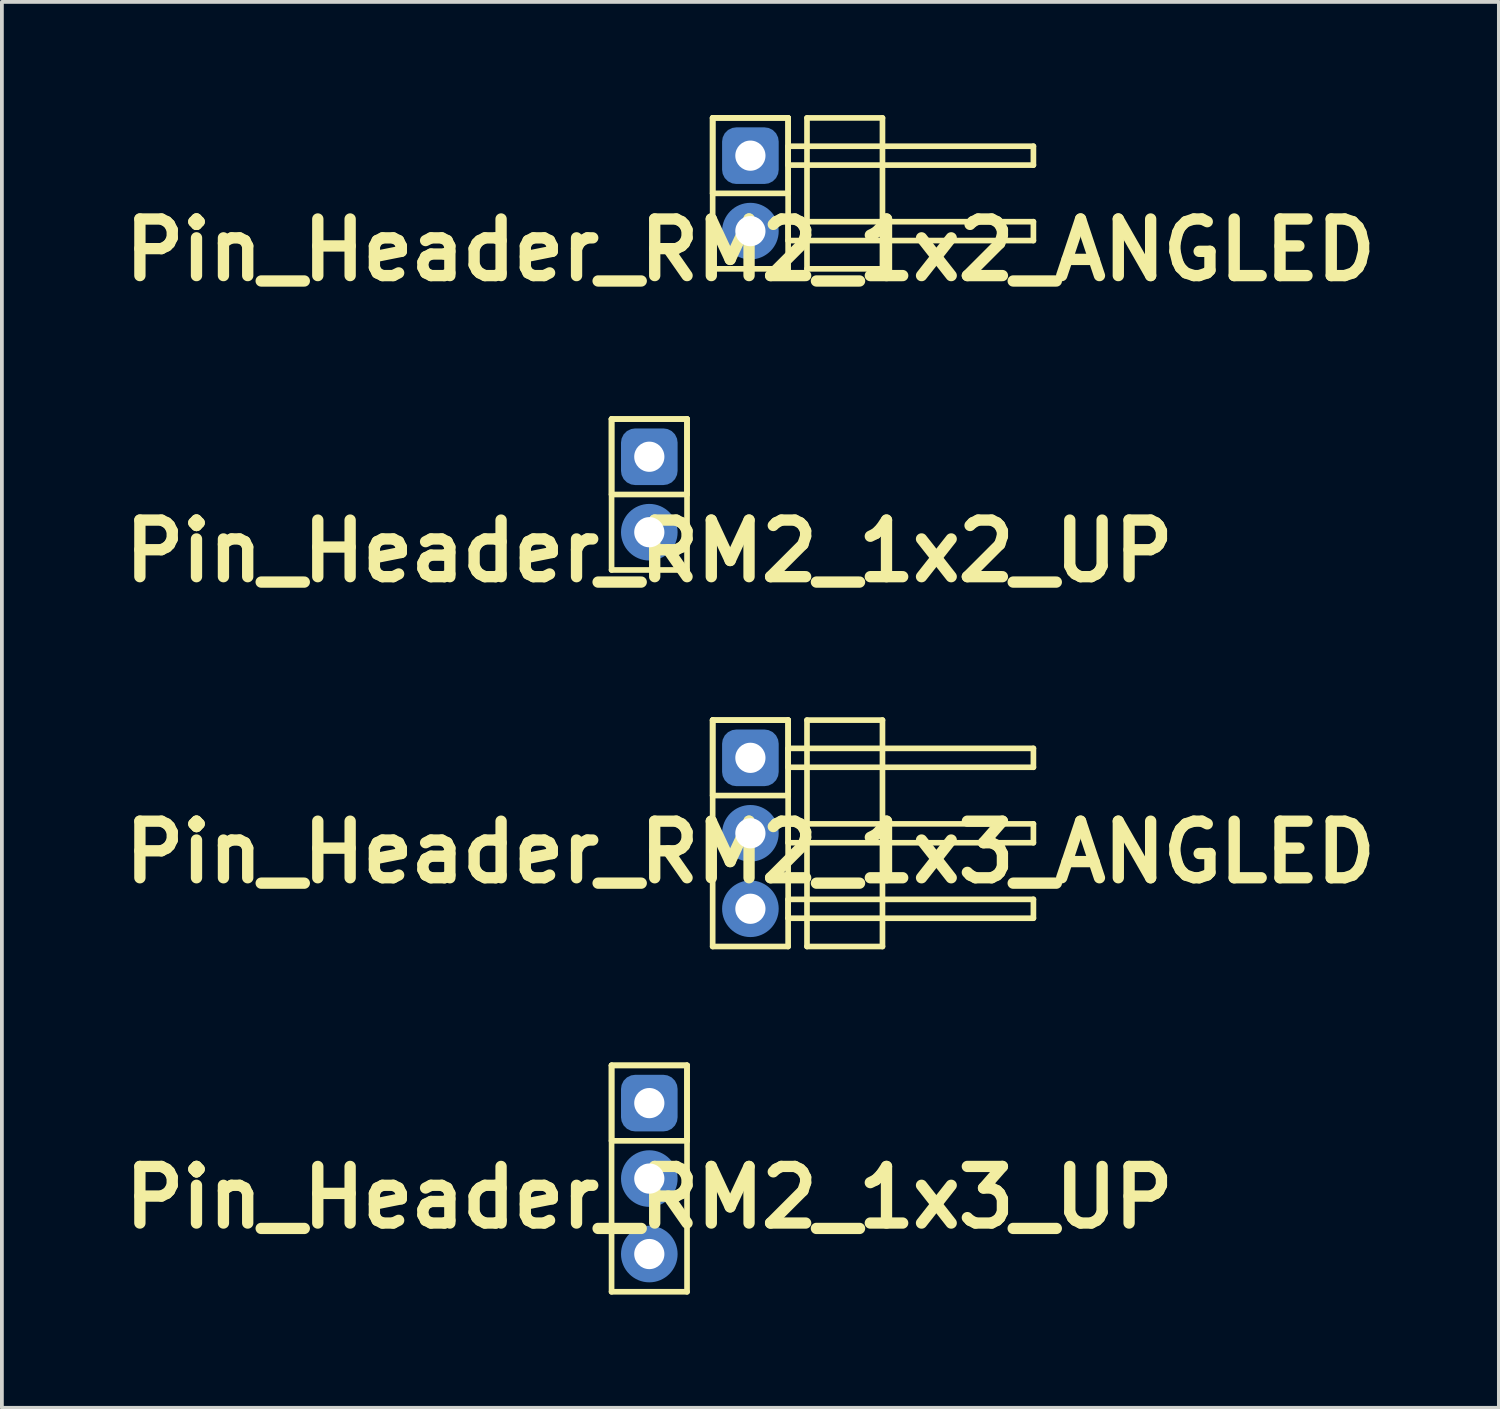
<source format=kicad_pcb>
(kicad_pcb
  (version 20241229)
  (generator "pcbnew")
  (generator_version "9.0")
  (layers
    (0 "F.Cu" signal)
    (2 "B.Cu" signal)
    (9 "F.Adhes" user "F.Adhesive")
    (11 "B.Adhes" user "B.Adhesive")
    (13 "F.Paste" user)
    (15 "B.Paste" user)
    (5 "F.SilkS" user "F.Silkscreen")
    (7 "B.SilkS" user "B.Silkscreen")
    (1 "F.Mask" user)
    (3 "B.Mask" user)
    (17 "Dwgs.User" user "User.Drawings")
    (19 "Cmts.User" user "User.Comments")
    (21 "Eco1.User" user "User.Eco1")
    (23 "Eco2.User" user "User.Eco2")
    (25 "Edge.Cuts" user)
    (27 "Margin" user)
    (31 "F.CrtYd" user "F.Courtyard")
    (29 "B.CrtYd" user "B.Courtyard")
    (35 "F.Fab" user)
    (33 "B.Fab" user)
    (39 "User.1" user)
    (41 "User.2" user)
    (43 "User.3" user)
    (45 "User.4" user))
  (footprint "Pin_Header_RM2_1x3_ANGLED"
    (layer "F.Cu")
    (at 16.836 17.033)
    (property "Reference" "Pin_Header_RM2_1x3_ANGLED" (at 0 2.5 0) (layer "F.SilkS") (effects (font (size 1.5 1.5) (thickness 0.3))))
    (attr through_hole)
    (fp_line (start -1 -1) (end 1 -1) (stroke (width 0.15) (type solid)) (layer "F.SilkS"))
    (fp_line (start -1 -1) (end 1 -1) (stroke (width 0.15) (type solid)) (layer "F.SilkS"))
    (fp_line (start -1 1) (end -1 -1) (stroke (width 0.15) (type solid)) (layer "F.SilkS"))
    (fp_line (start -1 5) (end -1 -1) (stroke (width 0.15) (type solid)) (layer "F.SilkS"))
    (fp_line (start 1 -1) (end 1 1) (stroke (width 0.15) (type solid)) (layer "F.SilkS"))
    (fp_line (start 1 -1) (end 1 5) (stroke (width 0.15) (type solid)) (layer "F.SilkS"))
    (fp_line (start 1 -0.25) (end 7.5 -0.25) (stroke (width 0.15) (type solid)) (layer "F.SilkS"))
    (fp_line (start 1 0.25) (end 1 -0.25) (stroke (width 0.15) (type solid)) (layer "F.SilkS"))
    (fp_line (start 1 1) (end -1 1) (stroke (width 0.15) (type solid)) (layer "F.SilkS"))
    (fp_line (start 1 1.75) (end 7.5 1.75) (stroke (width 0.15) (type solid)) (layer "F.SilkS"))
    (fp_line (start 1 2.25) (end 1 1.75) (stroke (width 0.15) (type solid)) (layer "F.SilkS"))
    (fp_line (start 1 3.75) (end 7.5 3.75) (stroke (width 0.15) (type solid)) (layer "F.SilkS"))
    (fp_line (start 1 4.25) (end 1 3.75) (stroke (width 0.15) (type solid)) (layer "F.SilkS"))
    (fp_line (start 1 5) (end -1 5) (stroke (width 0.15) (type solid)) (layer "F.SilkS"))
    (fp_line (start 1.5 -1) (end 3.5 -1) (stroke (width 0.15) (type solid)) (layer "F.SilkS"))
    (fp_line (start 1.5 5) (end 1.5 -1) (stroke (width 0.15) (type solid)) (layer "F.SilkS"))
    (fp_line (start 3.5 -1) (end 3.5 5) (stroke (width 0.15) (type solid)) (layer "F.SilkS"))
    (fp_line (start 3.5 5) (end 1.5 5) (stroke (width 0.15) (type solid)) (layer "F.SilkS"))
    (fp_line (start 7.5 -0.25) (end 7.5 0.25) (stroke (width 0.15) (type solid)) (layer "F.SilkS"))
    (fp_line (start 7.5 0.25) (end 1 0.25) (stroke (width 0.15) (type solid)) (layer "F.SilkS"))
    (fp_line (start 7.5 1.75) (end 7.5 2.25) (stroke (width 0.15) (type solid)) (layer "F.SilkS"))
    (fp_line (start 7.5 2.25) (end 1 2.25) (stroke (width 0.15) (type solid)) (layer "F.SilkS"))
    (fp_line (start 7.5 3.75) (end 7.5 4.25) (stroke (width 0.15) (type solid)) (layer "F.SilkS"))
    (fp_line (start 7.5 4.25) (end 1 4.25) (stroke (width 0.15) (type solid)) (layer "F.SilkS"))
    (pad "1" thru_hole circle (at 0 0) (size 1.1 1.1) (drill 0.8) (layers "*.Cu" "*.Mask"))
    (pad "1" smd roundrect (at 0 0) (size 1.25 1.25) (layers "F.Cu" "F.Mask") (roundrect_rratio 0.25))
    (pad "1" smd roundrect (at 0 0) (size 1.5 1.5) (layers "B.Cu" "B.Mask") (roundrect_rratio 0.25))
    (pad "2" thru_hole circle (at 0 2) (size 1.1 1.1) (drill 0.8) (layers "*.Cu" "*.Mask"))
    (pad "2" smd circle (at 0 2) (size 1.25 1.25) (layers "F.Cu" "F.Mask"))
    (pad "2" smd circle (at 0 2) (size 1.5 1.5) (layers "B.Cu" "B.Mask"))
    (pad "3" thru_hole circle (at 0 4) (size 1.1 1.1) (drill 0.8) (layers "*.Cu" "*.Mask"))
    (pad "3" smd circle (at 0 4) (size 1.25 1.25) (layers "F.Cu" "F.Mask"))
    (pad "3" smd circle (at 0 4) (size 1.5 1.5) (layers "B.Cu" "B.Mask")))
  (footprint "Pin_Header_RM2_1x2_UP"
    (layer "F.Cu")
    (at 14.157 9.054)
    (property "Reference" "Pin_Header_RM2_1x2_UP" (at 0 2.5 0) (layer "F.SilkS") (effects (font (size 1.5 1.5) (thickness 0.3))))
    (attr through_hole)
    (fp_line (start -1 -1) (end 1 -1) (stroke (width 0.15) (type solid)) (layer "F.SilkS"))
    (fp_line (start -1 -1) (end 1 -1) (stroke (width 0.15) (type solid)) (layer "F.SilkS"))
    (fp_line (start -1 1) (end -1 -1) (stroke (width 0.15) (type solid)) (layer "F.SilkS"))
    (fp_line (start -1 3) (end -1 -1) (stroke (width 0.15) (type solid)) (layer "F.SilkS"))
    (fp_line (start 1 -1) (end 1 1) (stroke (width 0.15) (type solid)) (layer "F.SilkS"))
    (fp_line (start 1 -1) (end 1 3) (stroke (width 0.15) (type solid)) (layer "F.SilkS"))
    (fp_line (start 1 1) (end -1 1) (stroke (width 0.15) (type solid)) (layer "F.SilkS"))
    (fp_line (start 1 3) (end -1 3) (stroke (width 0.15) (type solid)) (layer "F.SilkS"))
    (pad "1" thru_hole circle (at 0 0) (size 1.1 1.1) (drill 0.8) (layers "*.Cu" "*.Mask"))
    (pad "1" smd roundrect (at 0 0) (size 1.25 1.25) (layers "F.Cu" "F.Mask") (roundrect_rratio 0.25))
    (pad "1" smd roundrect (at 0 0) (size 1.5 1.5) (layers "B.Cu" "B.Mask") (roundrect_rratio 0.25))
    (pad "2" thru_hole circle (at 0 2) (size 1.1 1.1) (drill 0.8) (layers "*.Cu" "*.Mask"))
    (pad "2" smd circle (at 0 2) (size 1.25 1.25) (layers "F.Cu" "F.Mask"))
    (pad "2" smd circle (at 0 2) (size 1.5 1.5) (layers "B.Cu" "B.Mask")))
  (footprint "Pin_Header_RM2_1x2_ANGLED"
    (layer "F.Cu")
    (at 16.836 1.075)
    (property "Reference" "Pin_Header_RM2_1x2_ANGLED" (at 0 2.5 0) (layer "F.SilkS") (effects (font (size 1.5 1.5) (thickness 0.3))))
    (attr through_hole)
    (fp_line (start -1 -1) (end 1 -1) (stroke (width 0.15) (type solid)) (layer "F.SilkS"))
    (fp_line (start -1 -1) (end 1 -1) (stroke (width 0.15) (type solid)) (layer "F.SilkS"))
    (fp_line (start -1 1) (end -1 -1) (stroke (width 0.15) (type solid)) (layer "F.SilkS"))
    (fp_line (start -1 3) (end -1 -1) (stroke (width 0.15) (type solid)) (layer "F.SilkS"))
    (fp_line (start 1 -1) (end 1 1) (stroke (width 0.15) (type solid)) (layer "F.SilkS"))
    (fp_line (start 1 -1) (end 1 3) (stroke (width 0.15) (type solid)) (layer "F.SilkS"))
    (fp_line (start 1 -0.25) (end 7.5 -0.25) (stroke (width 0.15) (type solid)) (layer "F.SilkS"))
    (fp_line (start 1 0.25) (end 1 -0.25) (stroke (width 0.15) (type solid)) (layer "F.SilkS"))
    (fp_line (start 1 1) (end -1 1) (stroke (width 0.15) (type solid)) (layer "F.SilkS"))
    (fp_line (start 1 1.75) (end 7.5 1.75) (stroke (width 0.15) (type solid)) (layer "F.SilkS"))
    (fp_line (start 1 2.25) (end 1 1.75) (stroke (width 0.15) (type solid)) (layer "F.SilkS"))
    (fp_line (start 1 3) (end -1 3) (stroke (width 0.15) (type solid)) (layer "F.SilkS"))
    (fp_line (start 1.5 -1) (end 3.5 -1) (stroke (width 0.15) (type solid)) (layer "F.SilkS"))
    (fp_line (start 1.5 3) (end 1.5 -1) (stroke (width 0.15) (type solid)) (layer "F.SilkS"))
    (fp_line (start 3.5 -1) (end 3.5 3) (stroke (width 0.15) (type solid)) (layer "F.SilkS"))
    (fp_line (start 3.5 3) (end 1.5 3) (stroke (width 0.15) (type solid)) (layer "F.SilkS"))
    (fp_line (start 7.5 -0.25) (end 7.5 0.25) (stroke (width 0.15) (type solid)) (layer "F.SilkS"))
    (fp_line (start 7.5 0.25) (end 1 0.25) (stroke (width 0.15) (type solid)) (layer "F.SilkS"))
    (fp_line (start 7.5 1.75) (end 7.5 2.25) (stroke (width 0.15) (type solid)) (layer "F.SilkS"))
    (fp_line (start 7.5 2.25) (end 1 2.25) (stroke (width 0.15) (type solid)) (layer "F.SilkS"))
    (pad "1" thru_hole circle (at 0 0) (size 1.1 1.1) (drill 0.8) (layers "*.Cu" "*.Mask"))
    (pad "1" smd roundrect (at 0 0) (size 1.25 1.25) (layers "F.Cu" "F.Mask") (roundrect_rratio 0.25))
    (pad "1" smd roundrect (at 0 0) (size 1.5 1.5) (layers "B.Cu" "B.Mask") (roundrect_rratio 0.25))
    (pad "2" thru_hole circle (at 0 2) (size 1.1 1.1) (drill 0.8) (layers "*.Cu" "*.Mask"))
    (pad "2" smd circle (at 0 2) (size 1.25 1.25) (layers "F.Cu" "F.Mask"))
    (pad "2" smd circle (at 0 2) (size 1.5 1.5) (layers "B.Cu" "B.Mask")))
  (footprint "Pin_Header_RM2_1x3_UP"
    (layer "F.Cu")
    (at 14.157 26.183)
    (property "Reference" "Pin_Header_RM2_1x3_UP" (at 0 2.5 0) (layer "F.SilkS") (effects (font (size 1.5 1.5) (thickness 0.3))))
    (attr through_hole)
    (fp_line (start -1 -1) (end 1 -1) (stroke (width 0.15) (type solid)) (layer "F.SilkS"))
    (fp_line (start -1 -1) (end 1 -1) (stroke (width 0.15) (type solid)) (layer "F.SilkS"))
    (fp_line (start -1 1) (end -1 -1) (stroke (width 0.15) (type solid)) (layer "F.SilkS"))
    (fp_line (start -1 5) (end -1 -1) (stroke (width 0.15) (type solid)) (layer "F.SilkS"))
    (fp_line (start 1 -1) (end 1 1) (stroke (width 0.15) (type solid)) (layer "F.SilkS"))
    (fp_line (start 1 -1) (end 1 5) (stroke (width 0.15) (type solid)) (layer "F.SilkS"))
    (fp_line (start 1 1) (end -1 1) (stroke (width 0.15) (type solid)) (layer "F.SilkS"))
    (fp_line (start 1 5) (end -1 5) (stroke (width 0.15) (type solid)) (layer "F.SilkS"))
    (pad "1" thru_hole circle (at 0 0) (size 1.1 1.1) (drill 0.8) (layers "*.Cu" "*.Mask"))
    (pad "1" smd roundrect (at 0 0) (size 1.25 1.25) (layers "F.Cu" "F.Mask") (roundrect_rratio 0.25))
    (pad "1" smd roundrect (at 0 0) (size 1.5 1.5) (layers "B.Cu" "B.Mask") (roundrect_rratio 0.25))
    (pad "2" thru_hole circle (at 0 2) (size 1.1 1.1) (drill 0.8) (layers "*.Cu" "*.Mask"))
    (pad "2" smd circle (at 0 2) (size 1.25 1.25) (layers "F.Cu" "F.Mask"))
    (pad "2" smd circle (at 0 2) (size 1.5 1.5) (layers "B.Cu" "B.Mask"))
    (pad "3" thru_hole circle (at 0 4) (size 1.1 1.1) (drill 0.8) (layers "*.Cu" "*.Mask"))
    (pad "3" smd circle (at 0 4) (size 1.25 1.25) (layers "F.Cu" "F.Mask"))
    (pad "3" smd circle (at 0 4) (size 1.5 1.5) (layers "B.Cu" "B.Mask")))
  (gr_rect
    (start -3 -3)
    (end 36.671 34.258)
    (stroke (width 0.1) (type default))
    (fill no)
    (layer "Edge.Cuts")))
</source>
